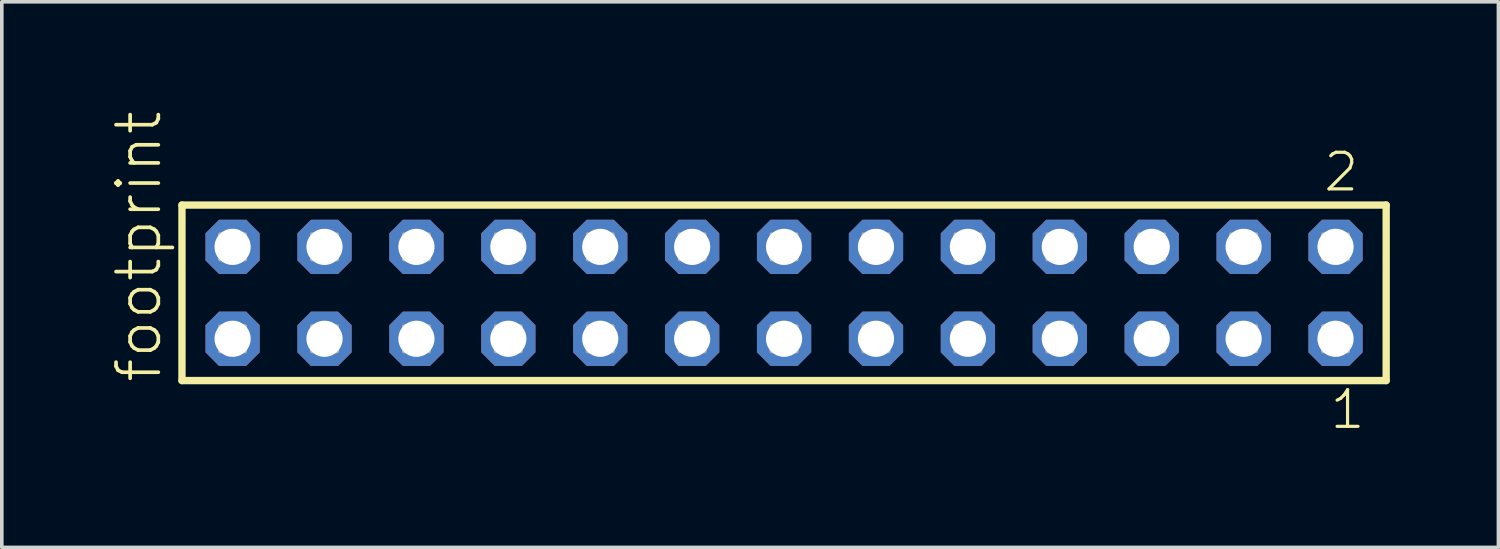
<source format=kicad_pcb>
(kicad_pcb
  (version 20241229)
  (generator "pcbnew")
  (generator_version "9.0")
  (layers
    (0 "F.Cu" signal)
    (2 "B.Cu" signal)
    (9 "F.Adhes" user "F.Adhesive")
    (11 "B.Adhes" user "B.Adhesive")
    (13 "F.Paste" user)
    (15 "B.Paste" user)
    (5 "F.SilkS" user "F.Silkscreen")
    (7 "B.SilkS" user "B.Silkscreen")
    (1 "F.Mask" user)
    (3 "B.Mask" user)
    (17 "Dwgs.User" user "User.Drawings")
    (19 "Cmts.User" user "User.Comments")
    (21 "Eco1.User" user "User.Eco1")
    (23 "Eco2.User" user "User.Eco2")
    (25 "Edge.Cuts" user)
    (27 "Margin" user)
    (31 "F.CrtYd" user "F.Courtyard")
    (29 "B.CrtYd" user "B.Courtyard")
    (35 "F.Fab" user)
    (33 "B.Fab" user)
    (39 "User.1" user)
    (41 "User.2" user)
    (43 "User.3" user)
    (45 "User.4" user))
  (footprint "footprint"
    (layer "F.Cu")
    (at 18.618 5.042)
    (property "Reference" "footprint" (at -17.145 2.54 90) (layer "F.SilkS") (effects (font (size 1.168 1.168) (thickness 0.102)) (justify left bottom)))
    (fp_line (start -16.639 -2.425) (end 16.639 -2.425) (stroke (width 0.203) (type solid)) (layer "F.SilkS"))
    (fp_line (start -16.639 2.425) (end -16.639 -2.425) (stroke (width 0.203) (type solid)) (layer "F.SilkS"))
    (fp_line (start 16.639 -2.425) (end 16.639 2.425) (stroke (width 0.203) (type solid)) (layer "F.SilkS"))
    (fp_line (start 16.639 2.425) (end -16.639 2.425) (stroke (width 0.203) (type solid)) (layer "F.SilkS"))
    (fp_poly (pts (xy -15.59 -0.92) (xy -14.89 -0.92) (xy -14.89 -1.62) (xy -15.59 -1.62)) (stroke (width 0.1) (type solid)) (fill no) (layer "F.Fab"))
    (fp_poly (pts (xy -15.59 1.62) (xy -14.89 1.62) (xy -14.89 0.92) (xy -15.59 0.92)) (stroke (width 0.1) (type solid)) (fill no) (layer "F.Fab"))
    (fp_poly (pts (xy -13.05 -0.92) (xy -12.35 -0.92) (xy -12.35 -1.62) (xy -13.05 -1.62)) (stroke (width 0.1) (type solid)) (fill no) (layer "F.Fab"))
    (fp_poly (pts (xy -13.05 1.62) (xy -12.35 1.62) (xy -12.35 0.92) (xy -13.05 0.92)) (stroke (width 0.1) (type solid)) (fill no) (layer "F.Fab"))
    (fp_poly (pts (xy -10.51 -0.92) (xy -9.81 -0.92) (xy -9.81 -1.62) (xy -10.51 -1.62)) (stroke (width 0.1) (type solid)) (fill no) (layer "F.Fab"))
    (fp_poly (pts (xy -10.51 1.62) (xy -9.81 1.62) (xy -9.81 0.92) (xy -10.51 0.92)) (stroke (width 0.1) (type solid)) (fill no) (layer "F.Fab"))
    (fp_poly (pts (xy -7.97 -0.92) (xy -7.27 -0.92) (xy -7.27 -1.62) (xy -7.97 -1.62)) (stroke (width 0.1) (type solid)) (fill no) (layer "F.Fab"))
    (fp_poly (pts (xy -7.97 1.62) (xy -7.27 1.62) (xy -7.27 0.92) (xy -7.97 0.92)) (stroke (width 0.1) (type solid)) (fill no) (layer "F.Fab"))
    (fp_poly (pts (xy -5.43 -0.92) (xy -4.73 -0.92) (xy -4.73 -1.62) (xy -5.43 -1.62)) (stroke (width 0.1) (type solid)) (fill no) (layer "F.Fab"))
    (fp_poly (pts (xy -5.43 1.62) (xy -4.73 1.62) (xy -4.73 0.92) (xy -5.43 0.92)) (stroke (width 0.1) (type solid)) (fill no) (layer "F.Fab"))
    (fp_poly (pts (xy -2.89 -0.92) (xy -2.19 -0.92) (xy -2.19 -1.62) (xy -2.89 -1.62)) (stroke (width 0.1) (type solid)) (fill no) (layer "F.Fab"))
    (fp_poly (pts (xy -2.89 1.62) (xy -2.19 1.62) (xy -2.19 0.92) (xy -2.89 0.92)) (stroke (width 0.1) (type solid)) (fill no) (layer "F.Fab"))
    (fp_poly (pts (xy -0.35 -0.92) (xy 0.35 -0.92) (xy 0.35 -1.62) (xy -0.35 -1.62)) (stroke (width 0.1) (type solid)) (fill no) (layer "F.Fab"))
    (fp_poly (pts (xy -0.35 1.62) (xy 0.35 1.62) (xy 0.35 0.92) (xy -0.35 0.92)) (stroke (width 0.1) (type solid)) (fill no) (layer "F.Fab"))
    (fp_poly (pts (xy 2.19 -0.92) (xy 2.89 -0.92) (xy 2.89 -1.62) (xy 2.19 -1.62)) (stroke (width 0.1) (type solid)) (fill no) (layer "F.Fab"))
    (fp_poly (pts (xy 2.19 1.62) (xy 2.89 1.62) (xy 2.89 0.92) (xy 2.19 0.92)) (stroke (width 0.1) (type solid)) (fill no) (layer "F.Fab"))
    (fp_poly (pts (xy 4.73 -0.92) (xy 5.43 -0.92) (xy 5.43 -1.62) (xy 4.73 -1.62)) (stroke (width 0.1) (type solid)) (fill no) (layer "F.Fab"))
    (fp_poly (pts (xy 4.73 1.62) (xy 5.43 1.62) (xy 5.43 0.92) (xy 4.73 0.92)) (stroke (width 0.1) (type solid)) (fill no) (layer "F.Fab"))
    (fp_poly (pts (xy 7.27 -0.92) (xy 7.97 -0.92) (xy 7.97 -1.62) (xy 7.27 -1.62)) (stroke (width 0.1) (type solid)) (fill no) (layer "F.Fab"))
    (fp_poly (pts (xy 7.27 1.62) (xy 7.97 1.62) (xy 7.97 0.92) (xy 7.27 0.92)) (stroke (width 0.1) (type solid)) (fill no) (layer "F.Fab"))
    (fp_poly (pts (xy 9.81 -0.92) (xy 10.51 -0.92) (xy 10.51 -1.62) (xy 9.81 -1.62)) (stroke (width 0.1) (type solid)) (fill no) (layer "F.Fab"))
    (fp_poly (pts (xy 9.81 1.62) (xy 10.51 1.62) (xy 10.51 0.92) (xy 9.81 0.92)) (stroke (width 0.1) (type solid)) (fill no) (layer "F.Fab"))
    (fp_poly (pts (xy 12.35 -0.92) (xy 13.05 -0.92) (xy 13.05 -1.62) (xy 12.35 -1.62)) (stroke (width 0.1) (type solid)) (fill no) (layer "F.Fab"))
    (fp_poly (pts (xy 12.35 1.62) (xy 13.05 1.62) (xy 13.05 0.92) (xy 12.35 0.92)) (stroke (width 0.1) (type solid)) (fill no) (layer "F.Fab"))
    (fp_poly (pts (xy 14.89 -0.92) (xy 15.59 -0.92) (xy 15.59 -1.62) (xy 14.89 -1.62)) (stroke (width 0.1) (type solid)) (fill no) (layer "F.Fab"))
    (fp_poly (pts (xy 14.89 1.62) (xy 15.59 1.62) (xy 15.59 0.92) (xy 14.89 0.92)) (stroke (width 0.1) (type solid)) (fill no) (layer "F.Fab"))
    (fp_text user "1" (at 15.032 3.818 0) (layer "F.SilkS") (effects (font (size 1.012 1.012) (thickness 0.088)) (justify left bottom)))
    (fp_text user "2" (at 14.857 -2.744 0) (layer "F.SilkS") (effects (font (size 1.012 1.012) (thickness 0.088)) (justify left bottom)))
    (pad "1" thru_hole roundrect (at 15.24 1.27 180) (size 1.5 1.5) (drill 1) (layers "*.Cu" "*.Mask") (roundrect_rratio 0.25) (chamfer_ratio 0.25) (chamfer top_left top_right bottom_left bottom_right))
    (pad "2" thru_hole roundrect (at 15.24 -1.27 180) (size 1.5 1.5) (drill 1) (layers "*.Cu" "*.Mask") (roundrect_rratio 0.25) (chamfer_ratio 0.25) (chamfer top_left top_right bottom_left bottom_right))
    (pad "3" thru_hole roundrect (at 12.7 1.27 180) (size 1.5 1.5) (drill 1) (layers "*.Cu" "*.Mask") (roundrect_rratio 0.25) (chamfer_ratio 0.25) (chamfer top_left top_right bottom_left bottom_right))
    (pad "4" thru_hole roundrect (at 12.7 -1.27 180) (size 1.5 1.5) (drill 1) (layers "*.Cu" "*.Mask") (roundrect_rratio 0.25) (chamfer_ratio 0.25) (chamfer top_left top_right bottom_left bottom_right))
    (pad "5" thru_hole roundrect (at 10.16 1.27 180) (size 1.5 1.5) (drill 1) (layers "*.Cu" "*.Mask") (roundrect_rratio 0.25) (chamfer_ratio 0.25) (chamfer top_left top_right bottom_left bottom_right))
    (pad "6" thru_hole roundrect (at 10.16 -1.27 180) (size 1.5 1.5) (drill 1) (layers "*.Cu" "*.Mask") (roundrect_rratio 0.25) (chamfer_ratio 0.25) (chamfer top_left top_right bottom_left bottom_right))
    (pad "7" thru_hole roundrect (at 7.62 1.27 180) (size 1.5 1.5) (drill 1) (layers "*.Cu" "*.Mask") (roundrect_rratio 0.25) (chamfer_ratio 0.25) (chamfer top_left top_right bottom_left bottom_right))
    (pad "8" thru_hole roundrect (at 7.62 -1.27 180) (size 1.5 1.5) (drill 1) (layers "*.Cu" "*.Mask") (roundrect_rratio 0.25) (chamfer_ratio 0.25) (chamfer top_left top_right bottom_left bottom_right))
    (pad "9" thru_hole roundrect (at 5.08 1.27 180) (size 1.5 1.5) (drill 1) (layers "*.Cu" "*.Mask") (roundrect_rratio 0.25) (chamfer_ratio 0.25) (chamfer top_left top_right bottom_left bottom_right))
    (pad "10" thru_hole roundrect (at 5.08 -1.27 180) (size 1.5 1.5) (drill 1) (layers "*.Cu" "*.Mask") (roundrect_rratio 0.25) (chamfer_ratio 0.25) (chamfer top_left top_right bottom_left bottom_right))
    (pad "11" thru_hole roundrect (at 2.54 1.27 180) (size 1.5 1.5) (drill 1) (layers "*.Cu" "*.Mask") (roundrect_rratio 0.25) (chamfer_ratio 0.25) (chamfer top_left top_right bottom_left bottom_right))
    (pad "12" thru_hole roundrect (at 2.54 -1.27 180) (size 1.5 1.5) (drill 1) (layers "*.Cu" "*.Mask") (roundrect_rratio 0.25) (chamfer_ratio 0.25) (chamfer top_left top_right bottom_left bottom_right))
    (pad "13" thru_hole roundrect (at 0 1.27 180) (size 1.5 1.5) (drill 1) (layers "*.Cu" "*.Mask") (roundrect_rratio 0.25) (chamfer_ratio 0.25) (chamfer top_left top_right bottom_left bottom_right))
    (pad "14" thru_hole roundrect (at 0 -1.27 180) (size 1.5 1.5) (drill 1) (layers "*.Cu" "*.Mask") (roundrect_rratio 0.25) (chamfer_ratio 0.25) (chamfer top_left top_right bottom_left bottom_right))
    (pad "15" thru_hole roundrect (at -2.54 1.27 180) (size 1.5 1.5) (drill 1) (layers "*.Cu" "*.Mask") (roundrect_rratio 0.25) (chamfer_ratio 0.25) (chamfer top_left top_right bottom_left bottom_right))
    (pad "16" thru_hole roundrect (at -2.54 -1.27 180) (size 1.5 1.5) (drill 1) (layers "*.Cu" "*.Mask") (roundrect_rratio 0.25) (chamfer_ratio 0.25) (chamfer top_left top_right bottom_left bottom_right))
    (pad "17" thru_hole roundrect (at -5.08 1.27 180) (size 1.5 1.5) (drill 1) (layers "*.Cu" "*.Mask") (roundrect_rratio 0.25) (chamfer_ratio 0.25) (chamfer top_left top_right bottom_left bottom_right))
    (pad "18" thru_hole roundrect (at -5.08 -1.27 180) (size 1.5 1.5) (drill 1) (layers "*.Cu" "*.Mask") (roundrect_rratio 0.25) (chamfer_ratio 0.25) (chamfer top_left top_right bottom_left bottom_right))
    (pad "19" thru_hole roundrect (at -7.62 1.27 180) (size 1.5 1.5) (drill 1) (layers "*.Cu" "*.Mask") (roundrect_rratio 0.25) (chamfer_ratio 0.25) (chamfer top_left top_right bottom_left bottom_right))
    (pad "20" thru_hole roundrect (at -7.62 -1.27 180) (size 1.5 1.5) (drill 1) (layers "*.Cu" "*.Mask") (roundrect_rratio 0.25) (chamfer_ratio 0.25) (chamfer top_left top_right bottom_left bottom_right))
    (pad "21" thru_hole roundrect (at -10.16 1.27 180) (size 1.5 1.5) (drill 1) (layers "*.Cu" "*.Mask") (roundrect_rratio 0.25) (chamfer_ratio 0.25) (chamfer top_left top_right bottom_left bottom_right))
    (pad "22" thru_hole roundrect (at -10.16 -1.27 180) (size 1.5 1.5) (drill 1) (layers "*.Cu" "*.Mask") (roundrect_rratio 0.25) (chamfer_ratio 0.25) (chamfer top_left top_right bottom_left bottom_right))
    (pad "23" thru_hole roundrect (at -12.7 1.27 180) (size 1.5 1.5) (drill 1) (layers "*.Cu" "*.Mask") (roundrect_rratio 0.25) (chamfer_ratio 0.25) (chamfer top_left top_right bottom_left bottom_right))
    (pad "24" thru_hole roundrect (at -12.7 -1.27 180) (size 1.5 1.5) (drill 1) (layers "*.Cu" "*.Mask") (roundrect_rratio 0.25) (chamfer_ratio 0.25) (chamfer top_left top_right bottom_left bottom_right))
    (pad "25" thru_hole roundrect (at -15.24 1.27 180) (size 1.5 1.5) (drill 1) (layers "*.Cu" "*.Mask") (roundrect_rratio 0.25) (chamfer_ratio 0.25) (chamfer top_left top_right bottom_left bottom_right))
    (pad "26" thru_hole roundrect (at -15.24 -1.27 180) (size 1.5 1.5) (drill 1) (layers "*.Cu" "*.Mask") (roundrect_rratio 0.25) (chamfer_ratio 0.25) (chamfer top_left top_right bottom_left bottom_right)))
  (gr_rect
    (start -3 -3)
    (end 38.359 12.077)
    (stroke (width 0.1) (type default))
    (fill no)
    (layer "Edge.Cuts")))
</source>
